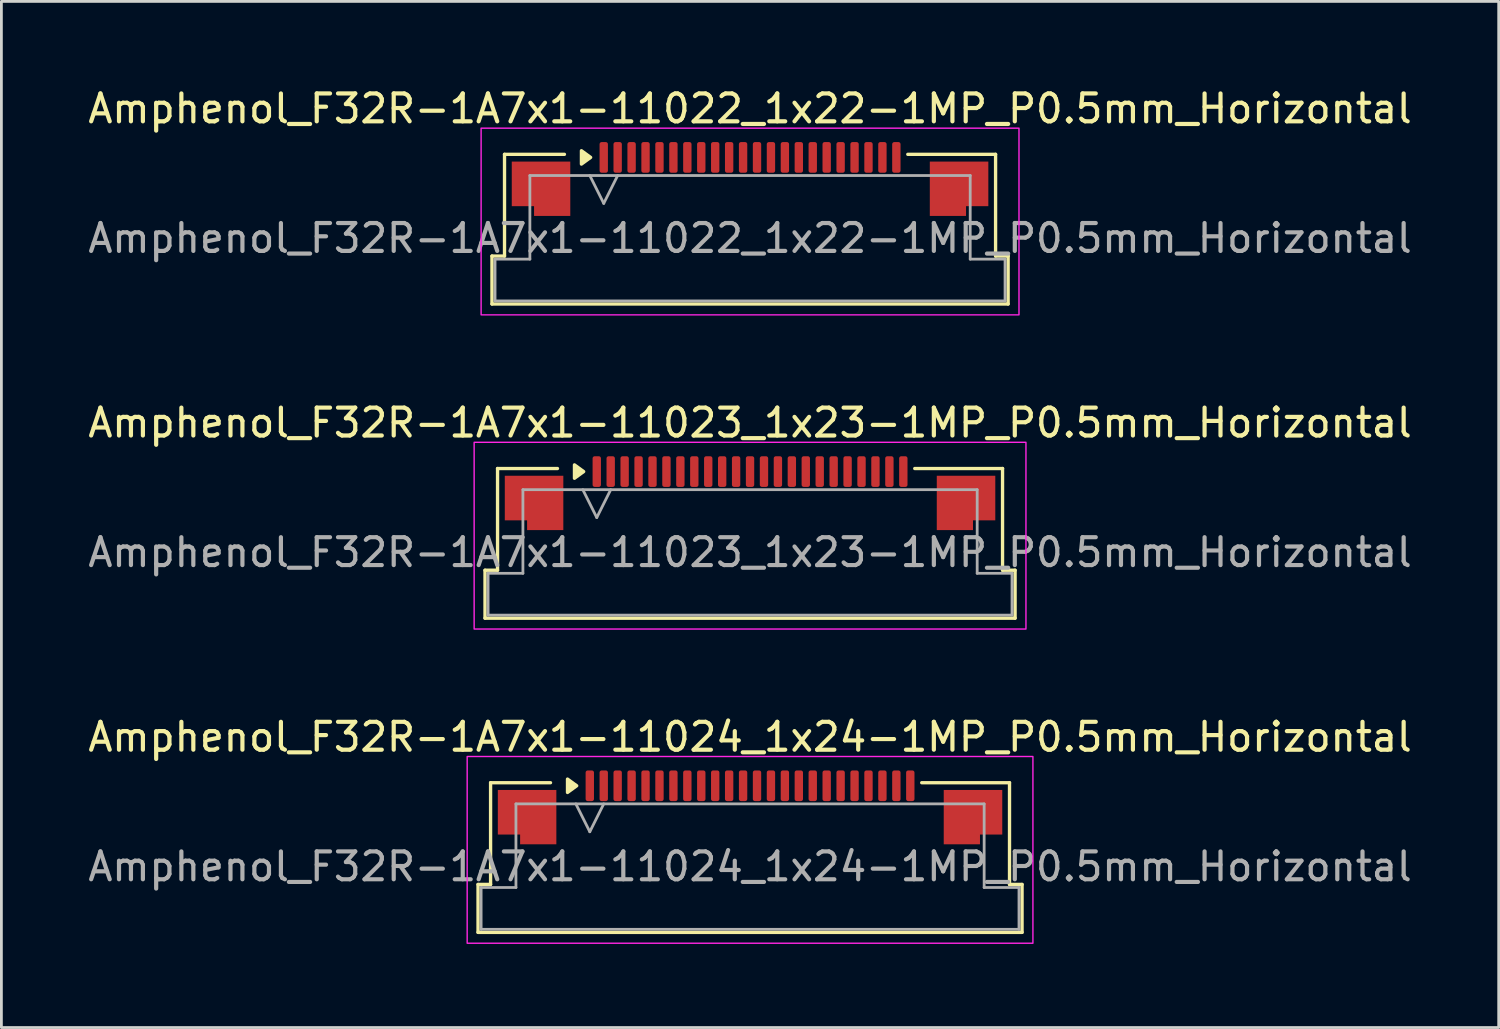
<source format=kicad_pcb>
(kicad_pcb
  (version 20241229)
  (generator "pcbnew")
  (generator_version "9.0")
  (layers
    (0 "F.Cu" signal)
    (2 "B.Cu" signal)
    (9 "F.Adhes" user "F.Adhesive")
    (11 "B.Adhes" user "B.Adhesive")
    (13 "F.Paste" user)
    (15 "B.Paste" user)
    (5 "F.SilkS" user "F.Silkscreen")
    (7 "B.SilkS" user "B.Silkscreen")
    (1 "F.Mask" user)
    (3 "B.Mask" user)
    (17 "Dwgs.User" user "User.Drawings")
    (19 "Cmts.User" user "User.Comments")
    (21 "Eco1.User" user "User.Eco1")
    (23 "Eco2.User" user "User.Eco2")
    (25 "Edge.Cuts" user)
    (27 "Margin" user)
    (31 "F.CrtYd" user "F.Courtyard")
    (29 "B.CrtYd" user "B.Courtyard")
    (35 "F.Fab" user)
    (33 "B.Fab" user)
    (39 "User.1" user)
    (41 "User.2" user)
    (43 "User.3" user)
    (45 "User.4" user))
  (footprint "Amphenol_F32R-1A7x1-11023_1x23-1MP_P0.5mm_Horizontal"
    (layer "F.Cu")
    (at 23.863 16.771)
    (property "Reference" "Amphenol_F32R-1A7x1-11023_1x23-1MP_P0.5mm_Horizontal" (at 0 -4.65 0) (layer "F.SilkS") (effects (font (size 1 1) (thickness 0.15))))
    (attr smd)
    (fp_line (start -9.51 0.64) (end -9.06 0.64) (stroke (width 0.12) (type solid)) (layer "F.SilkS"))
    (fp_line (start -9.51 2.36) (end -9.51 0.64) (stroke (width 0.12) (type solid)) (layer "F.SilkS"))
    (fp_line (start -9.06 -3.01) (end -6.91 -3.01) (stroke (width 0.12) (type solid)) (layer "F.SilkS"))
    (fp_line (start -9.06 0.64) (end -9.06 -3.01) (stroke (width 0.12) (type solid)) (layer "F.SilkS"))
    (fp_line (start 5.91 -3.01) (end 9.06 -3.01) (stroke (width 0.12) (type solid)) (layer "F.SilkS"))
    (fp_line (start 9.06 -3.01) (end 9.06 0.64) (stroke (width 0.12) (type solid)) (layer "F.SilkS"))
    (fp_line (start 9.06 0.64) (end 9.51 0.64) (stroke (width 0.12) (type solid)) (layer "F.SilkS"))
    (fp_line (start 9.51 0.64) (end 9.51 2.36) (stroke (width 0.12) (type solid)) (layer "F.SilkS"))
    (fp_line (start 9.51 2.36) (end -9.51 2.36) (stroke (width 0.12) (type solid)) (layer "F.SilkS"))
    (fp_poly (pts (xy -5.97 -2.9) (xy -6.3 -2.66) (xy -6.3 -3.14)) (stroke (width 0.12) (type solid)) (fill yes) (layer "F.SilkS"))
    (fp_rect (start -9.9 -3.95) (end 9.9 2.75) (stroke (width 0.05) (type solid)) (fill no) (layer "F.CrtYd"))
    (fp_line (start -9.4 0.75) (end -8.15 0.75) (stroke (width 0.1) (type solid)) (layer "F.Fab"))
    (fp_line (start -9.4 2.25) (end -9.4 0.75) (stroke (width 0.1) (type solid)) (layer "F.Fab"))
    (fp_line (start -8.15 -2.25) (end 8.15 -2.25) (stroke (width 0.1) (type solid)) (layer "F.Fab"))
    (fp_line (start -8.15 0.75) (end -8.15 -2.25) (stroke (width 0.1) (type solid)) (layer "F.Fab"))
    (fp_line (start -6 -2.25) (end -5.5 -1.25) (stroke (width 0.1) (type solid)) (layer "F.Fab"))
    (fp_line (start -5.5 -1.25) (end -5 -2.25) (stroke (width 0.1) (type solid)) (layer "F.Fab"))
    (fp_line (start 8.15 -2.25) (end 8.15 0.75) (stroke (width 0.1) (type solid)) (layer "F.Fab"))
    (fp_line (start 8.15 0.75) (end 9.4 0.75) (stroke (width 0.1) (type solid)) (layer "F.Fab"))
    (fp_line (start 9.4 0.75) (end 9.4 2.25) (stroke (width 0.1) (type solid)) (layer "F.Fab"))
    (fp_line (start 9.4 2.25) (end -9.4 2.25) (stroke (width 0.1) (type solid)) (layer "F.Fab"))
    (fp_text user "${REFERENCE}" (at 0 0 0) (layer "F.Fab") (effects (font (size 1 1) (thickness 0.15))))
    (pad "1" smd roundrect (at -5.5 -2.9) (size 0.3 1.1) (layers "F.Cu" "F.Mask" "F.Paste") (roundrect_rratio 0.25))
    (pad "2" smd roundrect (at -5 -2.9) (size 0.3 1.1) (layers "F.Cu" "F.Mask" "F.Paste") (roundrect_rratio 0.25))
    (pad "3" smd roundrect (at -4.5 -2.9) (size 0.3 1.1) (layers "F.Cu" "F.Mask" "F.Paste") (roundrect_rratio 0.25))
    (pad "4" smd roundrect (at -4 -2.9) (size 0.3 1.1) (layers "F.Cu" "F.Mask" "F.Paste") (roundrect_rratio 0.25))
    (pad "5" smd roundrect (at -3.5 -2.9) (size 0.3 1.1) (layers "F.Cu" "F.Mask" "F.Paste") (roundrect_rratio 0.25))
    (pad "6" smd roundrect (at -3 -2.9) (size 0.3 1.1) (layers "F.Cu" "F.Mask" "F.Paste") (roundrect_rratio 0.25))
    (pad "7" smd roundrect (at -2.5 -2.9) (size 0.3 1.1) (layers "F.Cu" "F.Mask" "F.Paste") (roundrect_rratio 0.25))
    (pad "8" smd roundrect (at -2 -2.9) (size 0.3 1.1) (layers "F.Cu" "F.Mask" "F.Paste") (roundrect_rratio 0.25))
    (pad "9" smd roundrect (at -1.5 -2.9) (size 0.3 1.1) (layers "F.Cu" "F.Mask" "F.Paste") (roundrect_rratio 0.25))
    (pad "10" smd roundrect (at -1 -2.9) (size 0.3 1.1) (layers "F.Cu" "F.Mask" "F.Paste") (roundrect_rratio 0.25))
    (pad "11" smd roundrect (at -0.5 -2.9) (size 0.3 1.1) (layers "F.Cu" "F.Mask" "F.Paste") (roundrect_rratio 0.25))
    (pad "12" smd roundrect (at 0 -2.9) (size 0.3 1.1) (layers "F.Cu" "F.Mask" "F.Paste") (roundrect_rratio 0.25))
    (pad "13" smd roundrect (at 0.5 -2.9) (size 0.3 1.1) (layers "F.Cu" "F.Mask" "F.Paste") (roundrect_rratio 0.25))
    (pad "14" smd roundrect (at 1 -2.9) (size 0.3 1.1) (layers "F.Cu" "F.Mask" "F.Paste") (roundrect_rratio 0.25))
    (pad "15" smd roundrect (at 1.5 -2.9) (size 0.3 1.1) (layers "F.Cu" "F.Mask" "F.Paste") (roundrect_rratio 0.25))
    (pad "16" smd roundrect (at 2 -2.9) (size 0.3 1.1) (layers "F.Cu" "F.Mask" "F.Paste") (roundrect_rratio 0.25))
    (pad "17" smd roundrect (at 2.5 -2.9) (size 0.3 1.1) (layers "F.Cu" "F.Mask" "F.Paste") (roundrect_rratio 0.25))
    (pad "18" smd roundrect (at 3 -2.9) (size 0.3 1.1) (layers "F.Cu" "F.Mask" "F.Paste") (roundrect_rratio 0.25))
    (pad "19" smd roundrect (at 3.5 -2.9) (size 0.3 1.1) (layers "F.Cu" "F.Mask" "F.Paste") (roundrect_rratio 0.25))
    (pad "20" smd roundrect (at 4 -2.9) (size 0.3 1.1) (layers "F.Cu" "F.Mask" "F.Paste") (roundrect_rratio 0.25))
    (pad "21" smd roundrect (at 4.5 -2.9) (size 0.3 1.1) (layers "F.Cu" "F.Mask" "F.Paste") (roundrect_rratio 0.25))
    (pad "22" smd roundrect (at 5 -2.9) (size 0.3 1.1) (layers "F.Cu" "F.Mask" "F.Paste") (roundrect_rratio 0.25))
    (pad "23" smd roundrect (at 5.5 -2.9) (size 0.3 1.1) (layers "F.Cu" "F.Mask" "F.Paste") (roundrect_rratio 0.25))
    (pad "MP" smd custom (at -7.75 -1.775) (size 1 1) (layers "F.Cu" "F.Mask" "F.Paste") (options (anchor circle)) (primitives (gr_poly (pts (xy 1.05 -0.975) (xy 1.05 0.975) (xy -0.25 0.975) (xy -0.25 0.625) (xy -1.05 0.625) (xy -1.05 -0.975)) (width 0) (fill yes))))
    (pad "MP" smd custom (at 7.75 -1.775) (size 1 1) (layers "F.Cu" "F.Mask" "F.Paste") (options (anchor circle)) (primitives (gr_poly (pts (xy -1.05 -0.975) (xy -1.05 0.975) (xy 0.25 0.975) (xy 0.25 0.625) (xy 1.05 0.625) (xy 1.05 -0.975)) (width 0) (fill yes)))))
  (footprint "Amphenol_F32R-1A7x1-11022_1x22-1MP_P0.5mm_Horizontal"
    (layer "F.Cu")
    (at 23.863 5.498)
    (property "Reference" "Amphenol_F32R-1A7x1-11022_1x22-1MP_P0.5mm_Horizontal" (at 0 -4.65 0) (layer "F.SilkS") (effects (font (size 1 1) (thickness 0.15))))
    (attr smd)
    (fp_line (start -9.26 0.64) (end -8.81 0.64) (stroke (width 0.12) (type solid)) (layer "F.SilkS"))
    (fp_line (start -9.26 2.36) (end -9.26 0.64) (stroke (width 0.12) (type solid)) (layer "F.SilkS"))
    (fp_line (start -8.81 -3.01) (end -6.66 -3.01) (stroke (width 0.12) (type solid)) (layer "F.SilkS"))
    (fp_line (start -8.81 0.64) (end -8.81 -3.01) (stroke (width 0.12) (type solid)) (layer "F.SilkS"))
    (fp_line (start 5.66 -3.01) (end 8.81 -3.01) (stroke (width 0.12) (type solid)) (layer "F.SilkS"))
    (fp_line (start 8.81 -3.01) (end 8.81 0.64) (stroke (width 0.12) (type solid)) (layer "F.SilkS"))
    (fp_line (start 8.81 0.64) (end 9.26 0.64) (stroke (width 0.12) (type solid)) (layer "F.SilkS"))
    (fp_line (start 9.26 0.64) (end 9.26 2.36) (stroke (width 0.12) (type solid)) (layer "F.SilkS"))
    (fp_line (start 9.26 2.36) (end -9.26 2.36) (stroke (width 0.12) (type solid)) (layer "F.SilkS"))
    (fp_poly (pts (xy -5.72 -2.9) (xy -6.05 -2.66) (xy -6.05 -3.14)) (stroke (width 0.12) (type solid)) (fill yes) (layer "F.SilkS"))
    (fp_rect (start -9.65 -3.95) (end 9.65 2.75) (stroke (width 0.05) (type solid)) (fill no) (layer "F.CrtYd"))
    (fp_line (start -9.15 0.75) (end -7.9 0.75) (stroke (width 0.1) (type solid)) (layer "F.Fab"))
    (fp_line (start -9.15 2.25) (end -9.15 0.75) (stroke (width 0.1) (type solid)) (layer "F.Fab"))
    (fp_line (start -7.9 -2.25) (end 7.9 -2.25) (stroke (width 0.1) (type solid)) (layer "F.Fab"))
    (fp_line (start -7.9 0.75) (end -7.9 -2.25) (stroke (width 0.1) (type solid)) (layer "F.Fab"))
    (fp_line (start -5.75 -2.25) (end -5.25 -1.25) (stroke (width 0.1) (type solid)) (layer "F.Fab"))
    (fp_line (start -5.25 -1.25) (end -4.75 -2.25) (stroke (width 0.1) (type solid)) (layer "F.Fab"))
    (fp_line (start 7.9 -2.25) (end 7.9 0.75) (stroke (width 0.1) (type solid)) (layer "F.Fab"))
    (fp_line (start 7.9 0.75) (end 9.15 0.75) (stroke (width 0.1) (type solid)) (layer "F.Fab"))
    (fp_line (start 9.15 0.75) (end 9.15 2.25) (stroke (width 0.1) (type solid)) (layer "F.Fab"))
    (fp_line (start 9.15 2.25) (end -9.15 2.25) (stroke (width 0.1) (type solid)) (layer "F.Fab"))
    (fp_text user "${REFERENCE}" (at 0 0 0) (layer "F.Fab") (effects (font (size 1 1) (thickness 0.15))))
    (pad "1" smd roundrect (at -5.25 -2.9) (size 0.3 1.1) (layers "F.Cu" "F.Mask" "F.Paste") (roundrect_rratio 0.25))
    (pad "2" smd roundrect (at -4.75 -2.9) (size 0.3 1.1) (layers "F.Cu" "F.Mask" "F.Paste") (roundrect_rratio 0.25))
    (pad "3" smd roundrect (at -4.25 -2.9) (size 0.3 1.1) (layers "F.Cu" "F.Mask" "F.Paste") (roundrect_rratio 0.25))
    (pad "4" smd roundrect (at -3.75 -2.9) (size 0.3 1.1) (layers "F.Cu" "F.Mask" "F.Paste") (roundrect_rratio 0.25))
    (pad "5" smd roundrect (at -3.25 -2.9) (size 0.3 1.1) (layers "F.Cu" "F.Mask" "F.Paste") (roundrect_rratio 0.25))
    (pad "6" smd roundrect (at -2.75 -2.9) (size 0.3 1.1) (layers "F.Cu" "F.Mask" "F.Paste") (roundrect_rratio 0.25))
    (pad "7" smd roundrect (at -2.25 -2.9) (size 0.3 1.1) (layers "F.Cu" "F.Mask" "F.Paste") (roundrect_rratio 0.25))
    (pad "8" smd roundrect (at -1.75 -2.9) (size 0.3 1.1) (layers "F.Cu" "F.Mask" "F.Paste") (roundrect_rratio 0.25))
    (pad "9" smd roundrect (at -1.25 -2.9) (size 0.3 1.1) (layers "F.Cu" "F.Mask" "F.Paste") (roundrect_rratio 0.25))
    (pad "10" smd roundrect (at -0.75 -2.9) (size 0.3 1.1) (layers "F.Cu" "F.Mask" "F.Paste") (roundrect_rratio 0.25))
    (pad "11" smd roundrect (at -0.25 -2.9) (size 0.3 1.1) (layers "F.Cu" "F.Mask" "F.Paste") (roundrect_rratio 0.25))
    (pad "12" smd roundrect (at 0.25 -2.9) (size 0.3 1.1) (layers "F.Cu" "F.Mask" "F.Paste") (roundrect_rratio 0.25))
    (pad "13" smd roundrect (at 0.75 -2.9) (size 0.3 1.1) (layers "F.Cu" "F.Mask" "F.Paste") (roundrect_rratio 0.25))
    (pad "14" smd roundrect (at 1.25 -2.9) (size 0.3 1.1) (layers "F.Cu" "F.Mask" "F.Paste") (roundrect_rratio 0.25))
    (pad "15" smd roundrect (at 1.75 -2.9) (size 0.3 1.1) (layers "F.Cu" "F.Mask" "F.Paste") (roundrect_rratio 0.25))
    (pad "16" smd roundrect (at 2.25 -2.9) (size 0.3 1.1) (layers "F.Cu" "F.Mask" "F.Paste") (roundrect_rratio 0.25))
    (pad "17" smd roundrect (at 2.75 -2.9) (size 0.3 1.1) (layers "F.Cu" "F.Mask" "F.Paste") (roundrect_rratio 0.25))
    (pad "18" smd roundrect (at 3.25 -2.9) (size 0.3 1.1) (layers "F.Cu" "F.Mask" "F.Paste") (roundrect_rratio 0.25))
    (pad "19" smd roundrect (at 3.75 -2.9) (size 0.3 1.1) (layers "F.Cu" "F.Mask" "F.Paste") (roundrect_rratio 0.25))
    (pad "20" smd roundrect (at 4.25 -2.9) (size 0.3 1.1) (layers "F.Cu" "F.Mask" "F.Paste") (roundrect_rratio 0.25))
    (pad "21" smd roundrect (at 4.75 -2.9) (size 0.3 1.1) (layers "F.Cu" "F.Mask" "F.Paste") (roundrect_rratio 0.25))
    (pad "22" smd roundrect (at 5.25 -2.9) (size 0.3 1.1) (layers "F.Cu" "F.Mask" "F.Paste") (roundrect_rratio 0.25))
    (pad "MP" smd custom (at -7.5 -1.775) (size 1 1) (layers "F.Cu" "F.Mask" "F.Paste") (options (anchor circle)) (primitives (gr_poly (pts (xy 1.05 -0.975) (xy 1.05 0.975) (xy -0.25 0.975) (xy -0.25 0.625) (xy -1.05 0.625) (xy -1.05 -0.975)) (width 0) (fill yes))))
    (pad "MP" smd custom (at 7.5 -1.775) (size 1 1) (layers "F.Cu" "F.Mask" "F.Paste") (options (anchor circle)) (primitives (gr_poly (pts (xy -1.05 -0.975) (xy -1.05 0.975) (xy 0.25 0.975) (xy 0.25 0.625) (xy 1.05 0.625) (xy 1.05 -0.975)) (width 0) (fill yes)))))
  (footprint "Amphenol_F32R-1A7x1-11024_1x24-1MP_P0.5mm_Horizontal"
    (layer "F.Cu")
    (at 23.863 28.045)
    (property "Reference" "Amphenol_F32R-1A7x1-11024_1x24-1MP_P0.5mm_Horizontal" (at 0 -4.65 0) (layer "F.SilkS") (effects (font (size 1 1) (thickness 0.15))))
    (attr smd)
    (fp_line (start -9.76 0.64) (end -9.31 0.64) (stroke (width 0.12) (type solid)) (layer "F.SilkS"))
    (fp_line (start -9.76 2.36) (end -9.76 0.64) (stroke (width 0.12) (type solid)) (layer "F.SilkS"))
    (fp_line (start -9.31 -3.01) (end -7.16 -3.01) (stroke (width 0.12) (type solid)) (layer "F.SilkS"))
    (fp_line (start -9.31 0.64) (end -9.31 -3.01) (stroke (width 0.12) (type solid)) (layer "F.SilkS"))
    (fp_line (start 6.16 -3.01) (end 9.31 -3.01) (stroke (width 0.12) (type solid)) (layer "F.SilkS"))
    (fp_line (start 9.31 -3.01) (end 9.31 0.64) (stroke (width 0.12) (type solid)) (layer "F.SilkS"))
    (fp_line (start 9.31 0.64) (end 9.76 0.64) (stroke (width 0.12) (type solid)) (layer "F.SilkS"))
    (fp_line (start 9.76 0.64) (end 9.76 2.36) (stroke (width 0.12) (type solid)) (layer "F.SilkS"))
    (fp_line (start 9.76 2.36) (end -9.76 2.36) (stroke (width 0.12) (type solid)) (layer "F.SilkS"))
    (fp_poly (pts (xy -6.22 -2.9) (xy -6.55 -2.66) (xy -6.55 -3.14)) (stroke (width 0.12) (type solid)) (fill yes) (layer "F.SilkS"))
    (fp_rect (start -10.15 -3.95) (end 10.15 2.75) (stroke (width 0.05) (type solid)) (fill no) (layer "F.CrtYd"))
    (fp_line (start -9.65 0.75) (end -8.4 0.75) (stroke (width 0.1) (type solid)) (layer "F.Fab"))
    (fp_line (start -9.65 2.25) (end -9.65 0.75) (stroke (width 0.1) (type solid)) (layer "F.Fab"))
    (fp_line (start -8.4 -2.25) (end 8.4 -2.25) (stroke (width 0.1) (type solid)) (layer "F.Fab"))
    (fp_line (start -8.4 0.75) (end -8.4 -2.25) (stroke (width 0.1) (type solid)) (layer "F.Fab"))
    (fp_line (start -6.25 -2.25) (end -5.75 -1.25) (stroke (width 0.1) (type solid)) (layer "F.Fab"))
    (fp_line (start -5.75 -1.25) (end -5.25 -2.25) (stroke (width 0.1) (type solid)) (layer "F.Fab"))
    (fp_line (start 8.4 -2.25) (end 8.4 0.75) (stroke (width 0.1) (type solid)) (layer "F.Fab"))
    (fp_line (start 8.4 0.75) (end 9.65 0.75) (stroke (width 0.1) (type solid)) (layer "F.Fab"))
    (fp_line (start 9.65 0.75) (end 9.65 2.25) (stroke (width 0.1) (type solid)) (layer "F.Fab"))
    (fp_line (start 9.65 2.25) (end -9.65 2.25) (stroke (width 0.1) (type solid)) (layer "F.Fab"))
    (fp_text user "${REFERENCE}" (at 0 0 0) (layer "F.Fab") (effects (font (size 1 1) (thickness 0.15))))
    (pad "1" smd roundrect (at -5.75 -2.9) (size 0.3 1.1) (layers "F.Cu" "F.Mask" "F.Paste") (roundrect_rratio 0.25))
    (pad "2" smd roundrect (at -5.25 -2.9) (size 0.3 1.1) (layers "F.Cu" "F.Mask" "F.Paste") (roundrect_rratio 0.25))
    (pad "3" smd roundrect (at -4.75 -2.9) (size 0.3 1.1) (layers "F.Cu" "F.Mask" "F.Paste") (roundrect_rratio 0.25))
    (pad "4" smd roundrect (at -4.25 -2.9) (size 0.3 1.1) (layers "F.Cu" "F.Mask" "F.Paste") (roundrect_rratio 0.25))
    (pad "5" smd roundrect (at -3.75 -2.9) (size 0.3 1.1) (layers "F.Cu" "F.Mask" "F.Paste") (roundrect_rratio 0.25))
    (pad "6" smd roundrect (at -3.25 -2.9) (size 0.3 1.1) (layers "F.Cu" "F.Mask" "F.Paste") (roundrect_rratio 0.25))
    (pad "7" smd roundrect (at -2.75 -2.9) (size 0.3 1.1) (layers "F.Cu" "F.Mask" "F.Paste") (roundrect_rratio 0.25))
    (pad "8" smd roundrect (at -2.25 -2.9) (size 0.3 1.1) (layers "F.Cu" "F.Mask" "F.Paste") (roundrect_rratio 0.25))
    (pad "9" smd roundrect (at -1.75 -2.9) (size 0.3 1.1) (layers "F.Cu" "F.Mask" "F.Paste") (roundrect_rratio 0.25))
    (pad "10" smd roundrect (at -1.25 -2.9) (size 0.3 1.1) (layers "F.Cu" "F.Mask" "F.Paste") (roundrect_rratio 0.25))
    (pad "11" smd roundrect (at -0.75 -2.9) (size 0.3 1.1) (layers "F.Cu" "F.Mask" "F.Paste") (roundrect_rratio 0.25))
    (pad "12" smd roundrect (at -0.25 -2.9) (size 0.3 1.1) (layers "F.Cu" "F.Mask" "F.Paste") (roundrect_rratio 0.25))
    (pad "13" smd roundrect (at 0.25 -2.9) (size 0.3 1.1) (layers "F.Cu" "F.Mask" "F.Paste") (roundrect_rratio 0.25))
    (pad "14" smd roundrect (at 0.75 -2.9) (size 0.3 1.1) (layers "F.Cu" "F.Mask" "F.Paste") (roundrect_rratio 0.25))
    (pad "15" smd roundrect (at 1.25 -2.9) (size 0.3 1.1) (layers "F.Cu" "F.Mask" "F.Paste") (roundrect_rratio 0.25))
    (pad "16" smd roundrect (at 1.75 -2.9) (size 0.3 1.1) (layers "F.Cu" "F.Mask" "F.Paste") (roundrect_rratio 0.25))
    (pad "17" smd roundrect (at 2.25 -2.9) (size 0.3 1.1) (layers "F.Cu" "F.Mask" "F.Paste") (roundrect_rratio 0.25))
    (pad "18" smd roundrect (at 2.75 -2.9) (size 0.3 1.1) (layers "F.Cu" "F.Mask" "F.Paste") (roundrect_rratio 0.25))
    (pad "19" smd roundrect (at 3.25 -2.9) (size 0.3 1.1) (layers "F.Cu" "F.Mask" "F.Paste") (roundrect_rratio 0.25))
    (pad "20" smd roundrect (at 3.75 -2.9) (size 0.3 1.1) (layers "F.Cu" "F.Mask" "F.Paste") (roundrect_rratio 0.25))
    (pad "21" smd roundrect (at 4.25 -2.9) (size 0.3 1.1) (layers "F.Cu" "F.Mask" "F.Paste") (roundrect_rratio 0.25))
    (pad "22" smd roundrect (at 4.75 -2.9) (size 0.3 1.1) (layers "F.Cu" "F.Mask" "F.Paste") (roundrect_rratio 0.25))
    (pad "23" smd roundrect (at 5.25 -2.9) (size 0.3 1.1) (layers "F.Cu" "F.Mask" "F.Paste") (roundrect_rratio 0.25))
    (pad "24" smd roundrect (at 5.75 -2.9) (size 0.3 1.1) (layers "F.Cu" "F.Mask" "F.Paste") (roundrect_rratio 0.25))
    (pad "MP" smd custom (at -8 -1.775) (size 1 1) (layers "F.Cu" "F.Mask" "F.Paste") (options (anchor circle)) (primitives (gr_poly (pts (xy 1.05 -0.975) (xy 1.05 0.975) (xy -0.25 0.975) (xy -0.25 0.625) (xy -1.05 0.625) (xy -1.05 -0.975)) (width 0) (fill yes))))
    (pad "MP" smd custom (at 8 -1.775) (size 1 1) (layers "F.Cu" "F.Mask" "F.Paste") (options (anchor circle)) (primitives (gr_poly (pts (xy -1.05 -0.975) (xy -1.05 0.975) (xy 0.25 0.975) (xy 0.25 0.625) (xy 1.05 0.625) (xy 1.05 -0.975)) (width 0) (fill yes)))))
  (gr_rect
    (start -3 -3)
    (end 50.726 33.82)
    (stroke (width 0.1) (type default))
    (fill no)
    (layer "Edge.Cuts")))
</source>
